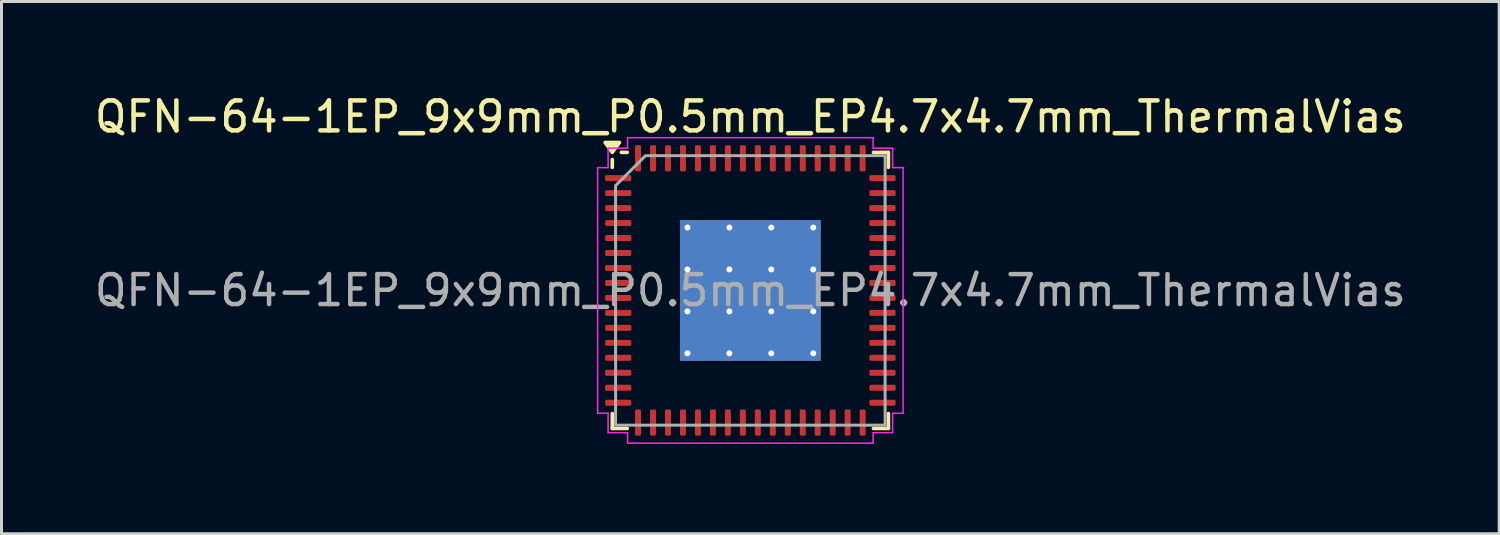
<source format=kicad_pcb>
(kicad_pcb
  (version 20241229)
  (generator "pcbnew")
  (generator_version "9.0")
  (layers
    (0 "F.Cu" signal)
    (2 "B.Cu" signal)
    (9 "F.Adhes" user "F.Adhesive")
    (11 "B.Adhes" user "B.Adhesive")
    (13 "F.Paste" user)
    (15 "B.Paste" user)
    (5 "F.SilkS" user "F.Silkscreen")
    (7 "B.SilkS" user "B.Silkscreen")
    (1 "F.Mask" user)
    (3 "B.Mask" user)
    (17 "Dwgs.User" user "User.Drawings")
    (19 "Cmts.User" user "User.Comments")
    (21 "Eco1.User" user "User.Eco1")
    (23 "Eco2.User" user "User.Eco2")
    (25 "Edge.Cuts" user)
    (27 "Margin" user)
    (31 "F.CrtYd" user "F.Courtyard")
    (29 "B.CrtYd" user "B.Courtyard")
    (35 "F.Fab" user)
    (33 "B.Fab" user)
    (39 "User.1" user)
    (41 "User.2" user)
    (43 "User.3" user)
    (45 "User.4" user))
  (footprint "QFN-64-1EP_9x9mm_P0.5mm_EP4.7x4.7mm_ThermalVias"
    (layer "F.Cu")
    (at 22.006 6.648)
    (property "Reference" "QFN-64-1EP_9x9mm_P0.5mm_EP4.7x4.7mm_ThermalVias" (at 0 -5.8 0) (layer "F.SilkS") (effects (font (size 1 1) (thickness 0.15))))
    (attr smd)
    (fp_line (start -4.61 -4.11) (end -4.61 -4.37) (stroke (width 0.12) (type solid)) (layer "F.SilkS"))
    (fp_line (start -4.61 4.61) (end -4.61 4.11) (stroke (width 0.12) (type solid)) (layer "F.SilkS"))
    (fp_line (start -4.11 -4.61) (end -4.31 -4.61) (stroke (width 0.12) (type solid)) (layer "F.SilkS"))
    (fp_line (start -4.11 4.61) (end -4.61 4.61) (stroke (width 0.12) (type solid)) (layer "F.SilkS"))
    (fp_line (start 4.11 -4.61) (end 4.61 -4.61) (stroke (width 0.12) (type solid)) (layer "F.SilkS"))
    (fp_line (start 4.11 4.61) (end 4.61 4.61) (stroke (width 0.12) (type solid)) (layer "F.SilkS"))
    (fp_line (start 4.61 -4.61) (end 4.61 -4.11) (stroke (width 0.12) (type solid)) (layer "F.SilkS"))
    (fp_line (start 4.61 4.61) (end 4.61 4.11) (stroke (width 0.12) (type solid)) (layer "F.SilkS"))
    (fp_poly (pts (xy -4.61 -4.61) (xy -4.85 -4.94) (xy -4.37 -4.94)) (stroke (width 0.12) (type solid)) (fill yes) (layer "F.SilkS"))
    (fp_line (start -5.1 -4.1) (end -4.75 -4.1) (stroke (width 0.05) (type solid)) (layer "F.CrtYd"))
    (fp_line (start -5.1 4.1) (end -5.1 -4.1) (stroke (width 0.05) (type solid)) (layer "F.CrtYd"))
    (fp_line (start -4.75 -4.75) (end -4.1 -4.75) (stroke (width 0.05) (type solid)) (layer "F.CrtYd"))
    (fp_line (start -4.75 -4.1) (end -4.75 -4.75) (stroke (width 0.05) (type solid)) (layer "F.CrtYd"))
    (fp_line (start -4.75 4.1) (end -5.1 4.1) (stroke (width 0.05) (type solid)) (layer "F.CrtYd"))
    (fp_line (start -4.75 4.75) (end -4.75 4.1) (stroke (width 0.05) (type solid)) (layer "F.CrtYd"))
    (fp_line (start -4.1 -5.1) (end 4.1 -5.1) (stroke (width 0.05) (type solid)) (layer "F.CrtYd"))
    (fp_line (start -4.1 -4.75) (end -4.1 -5.1) (stroke (width 0.05) (type solid)) (layer "F.CrtYd"))
    (fp_line (start -4.1 4.75) (end -4.75 4.75) (stroke (width 0.05) (type solid)) (layer "F.CrtYd"))
    (fp_line (start -4.1 5.1) (end -4.1 4.75) (stroke (width 0.05) (type solid)) (layer "F.CrtYd"))
    (fp_line (start 4.1 -5.1) (end 4.1 -4.75) (stroke (width 0.05) (type solid)) (layer "F.CrtYd"))
    (fp_line (start 4.1 -4.75) (end 4.75 -4.75) (stroke (width 0.05) (type solid)) (layer "F.CrtYd"))
    (fp_line (start 4.1 4.75) (end 4.1 5.1) (stroke (width 0.05) (type solid)) (layer "F.CrtYd"))
    (fp_line (start 4.1 5.1) (end -4.1 5.1) (stroke (width 0.05) (type solid)) (layer "F.CrtYd"))
    (fp_line (start 4.75 -4.75) (end 4.75 -4.1) (stroke (width 0.05) (type solid)) (layer "F.CrtYd"))
    (fp_line (start 4.75 -4.1) (end 5.1 -4.1) (stroke (width 0.05) (type solid)) (layer "F.CrtYd"))
    (fp_line (start 4.75 4.1) (end 4.75 4.75) (stroke (width 0.05) (type solid)) (layer "F.CrtYd"))
    (fp_line (start 4.75 4.75) (end 4.1 4.75) (stroke (width 0.05) (type solid)) (layer "F.CrtYd"))
    (fp_line (start 5.1 -4.1) (end 5.1 4.1) (stroke (width 0.05) (type solid)) (layer "F.CrtYd"))
    (fp_line (start 5.1 4.1) (end 4.75 4.1) (stroke (width 0.05) (type solid)) (layer "F.CrtYd"))
    (fp_poly (pts (xy -4.5 -3.5) (xy -4.5 4.5) (xy 4.5 4.5) (xy 4.5 -4.5) (xy -3.5 -4.5)) (stroke (width 0.1) (type solid)) (fill no) (layer "F.Fab"))
    (fp_text user "${REFERENCE}" (at 0 0 0) (layer "F.Fab") (effects (font (size 1 1) (thickness 0.15))))
    (pad "" smd roundrect (at -1.57 -1.57) (size 1.26 1.26) (layers "F.Paste") (roundrect_rratio 0.198))
    (pad "" smd roundrect (at -1.57 0) (size 1.26 1.26) (layers "F.Paste") (roundrect_rratio 0.198))
    (pad "" smd roundrect (at -1.57 1.57) (size 1.26 1.26) (layers "F.Paste") (roundrect_rratio 0.198))
    (pad "" smd roundrect (at 0 -1.57) (size 1.26 1.26) (layers "F.Paste") (roundrect_rratio 0.198))
    (pad "" smd roundrect (at 0 0) (size 1.26 1.26) (layers "F.Paste") (roundrect_rratio 0.198))
    (pad "" smd roundrect (at 0 1.57) (size 1.26 1.26) (layers "F.Paste") (roundrect_rratio 0.198))
    (pad "" smd roundrect (at 1.57 -1.57) (size 1.26 1.26) (layers "F.Paste") (roundrect_rratio 0.198))
    (pad "" smd roundrect (at 1.57 0) (size 1.26 1.26) (layers "F.Paste") (roundrect_rratio 0.198))
    (pad "" smd roundrect (at 1.57 1.57) (size 1.26 1.26) (layers "F.Paste") (roundrect_rratio 0.198))
    (pad "1" smd roundrect (at -4.412 -3.75) (size 0.875 0.2) (layers "F.Cu" "F.Mask" "F.Paste") (roundrect_rratio 0.25))
    (pad "2" smd roundrect (at -4.412 -3.25) (size 0.875 0.2) (layers "F.Cu" "F.Mask" "F.Paste") (roundrect_rratio 0.25))
    (pad "3" smd roundrect (at -4.412 -2.75) (size 0.875 0.2) (layers "F.Cu" "F.Mask" "F.Paste") (roundrect_rratio 0.25))
    (pad "4" smd roundrect (at -4.412 -2.25) (size 0.875 0.2) (layers "F.Cu" "F.Mask" "F.Paste") (roundrect_rratio 0.25))
    (pad "5" smd roundrect (at -4.412 -1.75) (size 0.875 0.2) (layers "F.Cu" "F.Mask" "F.Paste") (roundrect_rratio 0.25))
    (pad "6" smd roundrect (at -4.412 -1.25) (size 0.875 0.2) (layers "F.Cu" "F.Mask" "F.Paste") (roundrect_rratio 0.25))
    (pad "7" smd roundrect (at -4.412 -0.75) (size 0.875 0.2) (layers "F.Cu" "F.Mask" "F.Paste") (roundrect_rratio 0.25))
    (pad "8" smd roundrect (at -4.412 -0.25) (size 0.875 0.2) (layers "F.Cu" "F.Mask" "F.Paste") (roundrect_rratio 0.25))
    (pad "9" smd roundrect (at -4.412 0.25) (size 0.875 0.2) (layers "F.Cu" "F.Mask" "F.Paste") (roundrect_rratio 0.25))
    (pad "10" smd roundrect (at -4.412 0.75) (size 0.875 0.2) (layers "F.Cu" "F.Mask" "F.Paste") (roundrect_rratio 0.25))
    (pad "11" smd roundrect (at -4.412 1.25) (size 0.875 0.2) (layers "F.Cu" "F.Mask" "F.Paste") (roundrect_rratio 0.25))
    (pad "12" smd roundrect (at -4.412 1.75) (size 0.875 0.2) (layers "F.Cu" "F.Mask" "F.Paste") (roundrect_rratio 0.25))
    (pad "13" smd roundrect (at -4.412 2.25) (size 0.875 0.2) (layers "F.Cu" "F.Mask" "F.Paste") (roundrect_rratio 0.25))
    (pad "14" smd roundrect (at -4.412 2.75) (size 0.875 0.2) (layers "F.Cu" "F.Mask" "F.Paste") (roundrect_rratio 0.25))
    (pad "15" smd roundrect (at -4.412 3.25) (size 0.875 0.2) (layers "F.Cu" "F.Mask" "F.Paste") (roundrect_rratio 0.25))
    (pad "16" smd roundrect (at -4.412 3.75) (size 0.875 0.2) (layers "F.Cu" "F.Mask" "F.Paste") (roundrect_rratio 0.25))
    (pad "17" smd roundrect (at -3.75 4.412) (size 0.2 0.875) (layers "F.Cu" "F.Mask" "F.Paste") (roundrect_rratio 0.25))
    (pad "18" smd roundrect (at -3.25 4.412) (size 0.2 0.875) (layers "F.Cu" "F.Mask" "F.Paste") (roundrect_rratio 0.25))
    (pad "19" smd roundrect (at -2.75 4.412) (size 0.2 0.875) (layers "F.Cu" "F.Mask" "F.Paste") (roundrect_rratio 0.25))
    (pad "20" smd roundrect (at -2.25 4.412) (size 0.2 0.875) (layers "F.Cu" "F.Mask" "F.Paste") (roundrect_rratio 0.25))
    (pad "21" smd roundrect (at -1.75 4.412) (size 0.2 0.875) (layers "F.Cu" "F.Mask" "F.Paste") (roundrect_rratio 0.25))
    (pad "22" smd roundrect (at -1.25 4.412) (size 0.2 0.875) (layers "F.Cu" "F.Mask" "F.Paste") (roundrect_rratio 0.25))
    (pad "23" smd roundrect (at -0.75 4.412) (size 0.2 0.875) (layers "F.Cu" "F.Mask" "F.Paste") (roundrect_rratio 0.25))
    (pad "24" smd roundrect (at -0.25 4.412) (size 0.2 0.875) (layers "F.Cu" "F.Mask" "F.Paste") (roundrect_rratio 0.25))
    (pad "25" smd roundrect (at 0.25 4.412) (size 0.2 0.875) (layers "F.Cu" "F.Mask" "F.Paste") (roundrect_rratio 0.25))
    (pad "26" smd roundrect (at 0.75 4.412) (size 0.2 0.875) (layers "F.Cu" "F.Mask" "F.Paste") (roundrect_rratio 0.25))
    (pad "27" smd roundrect (at 1.25 4.412) (size 0.2 0.875) (layers "F.Cu" "F.Mask" "F.Paste") (roundrect_rratio 0.25))
    (pad "28" smd roundrect (at 1.75 4.412) (size 0.2 0.875) (layers "F.Cu" "F.Mask" "F.Paste") (roundrect_rratio 0.25))
    (pad "29" smd roundrect (at 2.25 4.412) (size 0.2 0.875) (layers "F.Cu" "F.Mask" "F.Paste") (roundrect_rratio 0.25))
    (pad "30" smd roundrect (at 2.75 4.412) (size 0.2 0.875) (layers "F.Cu" "F.Mask" "F.Paste") (roundrect_rratio 0.25))
    (pad "31" smd roundrect (at 3.25 4.412) (size 0.2 0.875) (layers "F.Cu" "F.Mask" "F.Paste") (roundrect_rratio 0.25))
    (pad "32" smd roundrect (at 3.75 4.412) (size 0.2 0.875) (layers "F.Cu" "F.Mask" "F.Paste") (roundrect_rratio 0.25))
    (pad "33" smd roundrect (at 4.412 3.75) (size 0.875 0.2) (layers "F.Cu" "F.Mask" "F.Paste") (roundrect_rratio 0.25))
    (pad "34" smd roundrect (at 4.412 3.25) (size 0.875 0.2) (layers "F.Cu" "F.Mask" "F.Paste") (roundrect_rratio 0.25))
    (pad "35" smd roundrect (at 4.412 2.75) (size 0.875 0.2) (layers "F.Cu" "F.Mask" "F.Paste") (roundrect_rratio 0.25))
    (pad "36" smd roundrect (at 4.412 2.25) (size 0.875 0.2) (layers "F.Cu" "F.Mask" "F.Paste") (roundrect_rratio 0.25))
    (pad "37" smd roundrect (at 4.412 1.75) (size 0.875 0.2) (layers "F.Cu" "F.Mask" "F.Paste") (roundrect_rratio 0.25))
    (pad "38" smd roundrect (at 4.412 1.25) (size 0.875 0.2) (layers "F.Cu" "F.Mask" "F.Paste") (roundrect_rratio 0.25))
    (pad "39" smd roundrect (at 4.412 0.75) (size 0.875 0.2) (layers "F.Cu" "F.Mask" "F.Paste") (roundrect_rratio 0.25))
    (pad "40" smd roundrect (at 4.412 0.25) (size 0.875 0.2) (layers "F.Cu" "F.Mask" "F.Paste") (roundrect_rratio 0.25))
    (pad "41" smd roundrect (at 4.412 -0.25) (size 0.875 0.2) (layers "F.Cu" "F.Mask" "F.Paste") (roundrect_rratio 0.25))
    (pad "42" smd roundrect (at 4.412 -0.75) (size 0.875 0.2) (layers "F.Cu" "F.Mask" "F.Paste") (roundrect_rratio 0.25))
    (pad "43" smd roundrect (at 4.412 -1.25) (size 0.875 0.2) (layers "F.Cu" "F.Mask" "F.Paste") (roundrect_rratio 0.25))
    (pad "44" smd roundrect (at 4.412 -1.75) (size 0.875 0.2) (layers "F.Cu" "F.Mask" "F.Paste") (roundrect_rratio 0.25))
    (pad "45" smd roundrect (at 4.412 -2.25) (size 0.875 0.2) (layers "F.Cu" "F.Mask" "F.Paste") (roundrect_rratio 0.25))
    (pad "46" smd roundrect (at 4.412 -2.75) (size 0.875 0.2) (layers "F.Cu" "F.Mask" "F.Paste") (roundrect_rratio 0.25))
    (pad "47" smd roundrect (at 4.412 -3.25) (size 0.875 0.2) (layers "F.Cu" "F.Mask" "F.Paste") (roundrect_rratio 0.25))
    (pad "48" smd roundrect (at 4.412 -3.75) (size 0.875 0.2) (layers "F.Cu" "F.Mask" "F.Paste") (roundrect_rratio 0.25))
    (pad "49" smd roundrect (at 3.75 -4.412) (size 0.2 0.875) (layers "F.Cu" "F.Mask" "F.Paste") (roundrect_rratio 0.25))
    (pad "50" smd roundrect (at 3.25 -4.412) (size 0.2 0.875) (layers "F.Cu" "F.Mask" "F.Paste") (roundrect_rratio 0.25))
    (pad "51" smd roundrect (at 2.75 -4.412) (size 0.2 0.875) (layers "F.Cu" "F.Mask" "F.Paste") (roundrect_rratio 0.25))
    (pad "52" smd roundrect (at 2.25 -4.412) (size 0.2 0.875) (layers "F.Cu" "F.Mask" "F.Paste") (roundrect_rratio 0.25))
    (pad "53" smd roundrect (at 1.75 -4.412) (size 0.2 0.875) (layers "F.Cu" "F.Mask" "F.Paste") (roundrect_rratio 0.25))
    (pad "54" smd roundrect (at 1.25 -4.412) (size 0.2 0.875) (layers "F.Cu" "F.Mask" "F.Paste") (roundrect_rratio 0.25))
    (pad "55" smd roundrect (at 0.75 -4.412) (size 0.2 0.875) (layers "F.Cu" "F.Mask" "F.Paste") (roundrect_rratio 0.25))
    (pad "56" smd roundrect (at 0.25 -4.412) (size 0.2 0.875) (layers "F.Cu" "F.Mask" "F.Paste") (roundrect_rratio 0.25))
    (pad "57" smd roundrect (at -0.25 -4.412) (size 0.2 0.875) (layers "F.Cu" "F.Mask" "F.Paste") (roundrect_rratio 0.25))
    (pad "58" smd roundrect (at -0.75 -4.412) (size 0.2 0.875) (layers "F.Cu" "F.Mask" "F.Paste") (roundrect_rratio 0.25))
    (pad "59" smd roundrect (at -1.25 -4.412) (size 0.2 0.875) (layers "F.Cu" "F.Mask" "F.Paste") (roundrect_rratio 0.25))
    (pad "60" smd roundrect (at -1.75 -4.412) (size 0.2 0.875) (layers "F.Cu" "F.Mask" "F.Paste") (roundrect_rratio 0.25))
    (pad "61" smd roundrect (at -2.25 -4.412) (size 0.2 0.875) (layers "F.Cu" "F.Mask" "F.Paste") (roundrect_rratio 0.25))
    (pad "62" smd roundrect (at -2.75 -4.412) (size 0.2 0.875) (layers "F.Cu" "F.Mask" "F.Paste") (roundrect_rratio 0.25))
    (pad "63" smd roundrect (at -3.25 -4.412) (size 0.2 0.875) (layers "F.Cu" "F.Mask" "F.Paste") (roundrect_rratio 0.25))
    (pad "64" smd roundrect (at -3.75 -4.412) (size 0.2 0.875) (layers "F.Cu" "F.Mask" "F.Paste") (roundrect_rratio 0.25))
    (pad "65" thru_hole circle (at -2.1 -2.1) (size 0.5 0.5) (drill 0.2) (property pad_prop_heatsink) (layers "*.Cu"))
    (pad "65" thru_hole circle (at -2.1 -0.7) (size 0.5 0.5) (drill 0.2) (property pad_prop_heatsink) (layers "*.Cu"))
    (pad "65" thru_hole circle (at -2.1 0.7) (size 0.5 0.5) (drill 0.2) (property pad_prop_heatsink) (layers "*.Cu"))
    (pad "65" thru_hole circle (at -2.1 2.1) (size 0.5 0.5) (drill 0.2) (property pad_prop_heatsink) (layers "*.Cu"))
    (pad "65" thru_hole circle (at -0.7 -2.1) (size 0.5 0.5) (drill 0.2) (property pad_prop_heatsink) (layers "*.Cu"))
    (pad "65" thru_hole circle (at -0.7 -0.7) (size 0.5 0.5) (drill 0.2) (property pad_prop_heatsink) (layers "*.Cu"))
    (pad "65" thru_hole circle (at -0.7 0.7) (size 0.5 0.5) (drill 0.2) (property pad_prop_heatsink) (layers "*.Cu"))
    (pad "65" thru_hole circle (at -0.7 2.1) (size 0.5 0.5) (drill 0.2) (property pad_prop_heatsink) (layers "*.Cu"))
    (pad "65" smd rect (at 0 0) (size 4.7 4.7) (property pad_prop_heatsink) (layers "F.Cu" "F.Mask"))
    (pad "65" smd rect (at 0 0) (size 4.7 4.7) (property pad_prop_heatsink) (layers "B.Cu"))
    (pad "65" thru_hole circle (at 0.7 -2.1) (size 0.5 0.5) (drill 0.2) (property pad_prop_heatsink) (layers "*.Cu"))
    (pad "65" thru_hole circle (at 0.7 -0.7) (size 0.5 0.5) (drill 0.2) (property pad_prop_heatsink) (layers "*.Cu"))
    (pad "65" thru_hole circle (at 0.7 0.7) (size 0.5 0.5) (drill 0.2) (property pad_prop_heatsink) (layers "*.Cu"))
    (pad "65" thru_hole circle (at 0.7 2.1) (size 0.5 0.5) (drill 0.2) (property pad_prop_heatsink) (layers "*.Cu"))
    (pad "65" thru_hole circle (at 2.1 -2.1) (size 0.5 0.5) (drill 0.2) (property pad_prop_heatsink) (layers "*.Cu"))
    (pad "65" thru_hole circle (at 2.1 -0.7) (size 0.5 0.5) (drill 0.2) (property pad_prop_heatsink) (layers "*.Cu"))
    (pad "65" thru_hole circle (at 2.1 0.7) (size 0.5 0.5) (drill 0.2) (property pad_prop_heatsink) (layers "*.Cu"))
    (pad "65" thru_hole circle (at 2.1 2.1) (size 0.5 0.5) (drill 0.2) (property pad_prop_heatsink) (layers "*.Cu")))
  (gr_rect
    (start -3 -3)
    (end 47.012 14.773)
    (stroke (width 0.1) (type default))
    (fill no)
    (layer "Edge.Cuts")))
</source>
